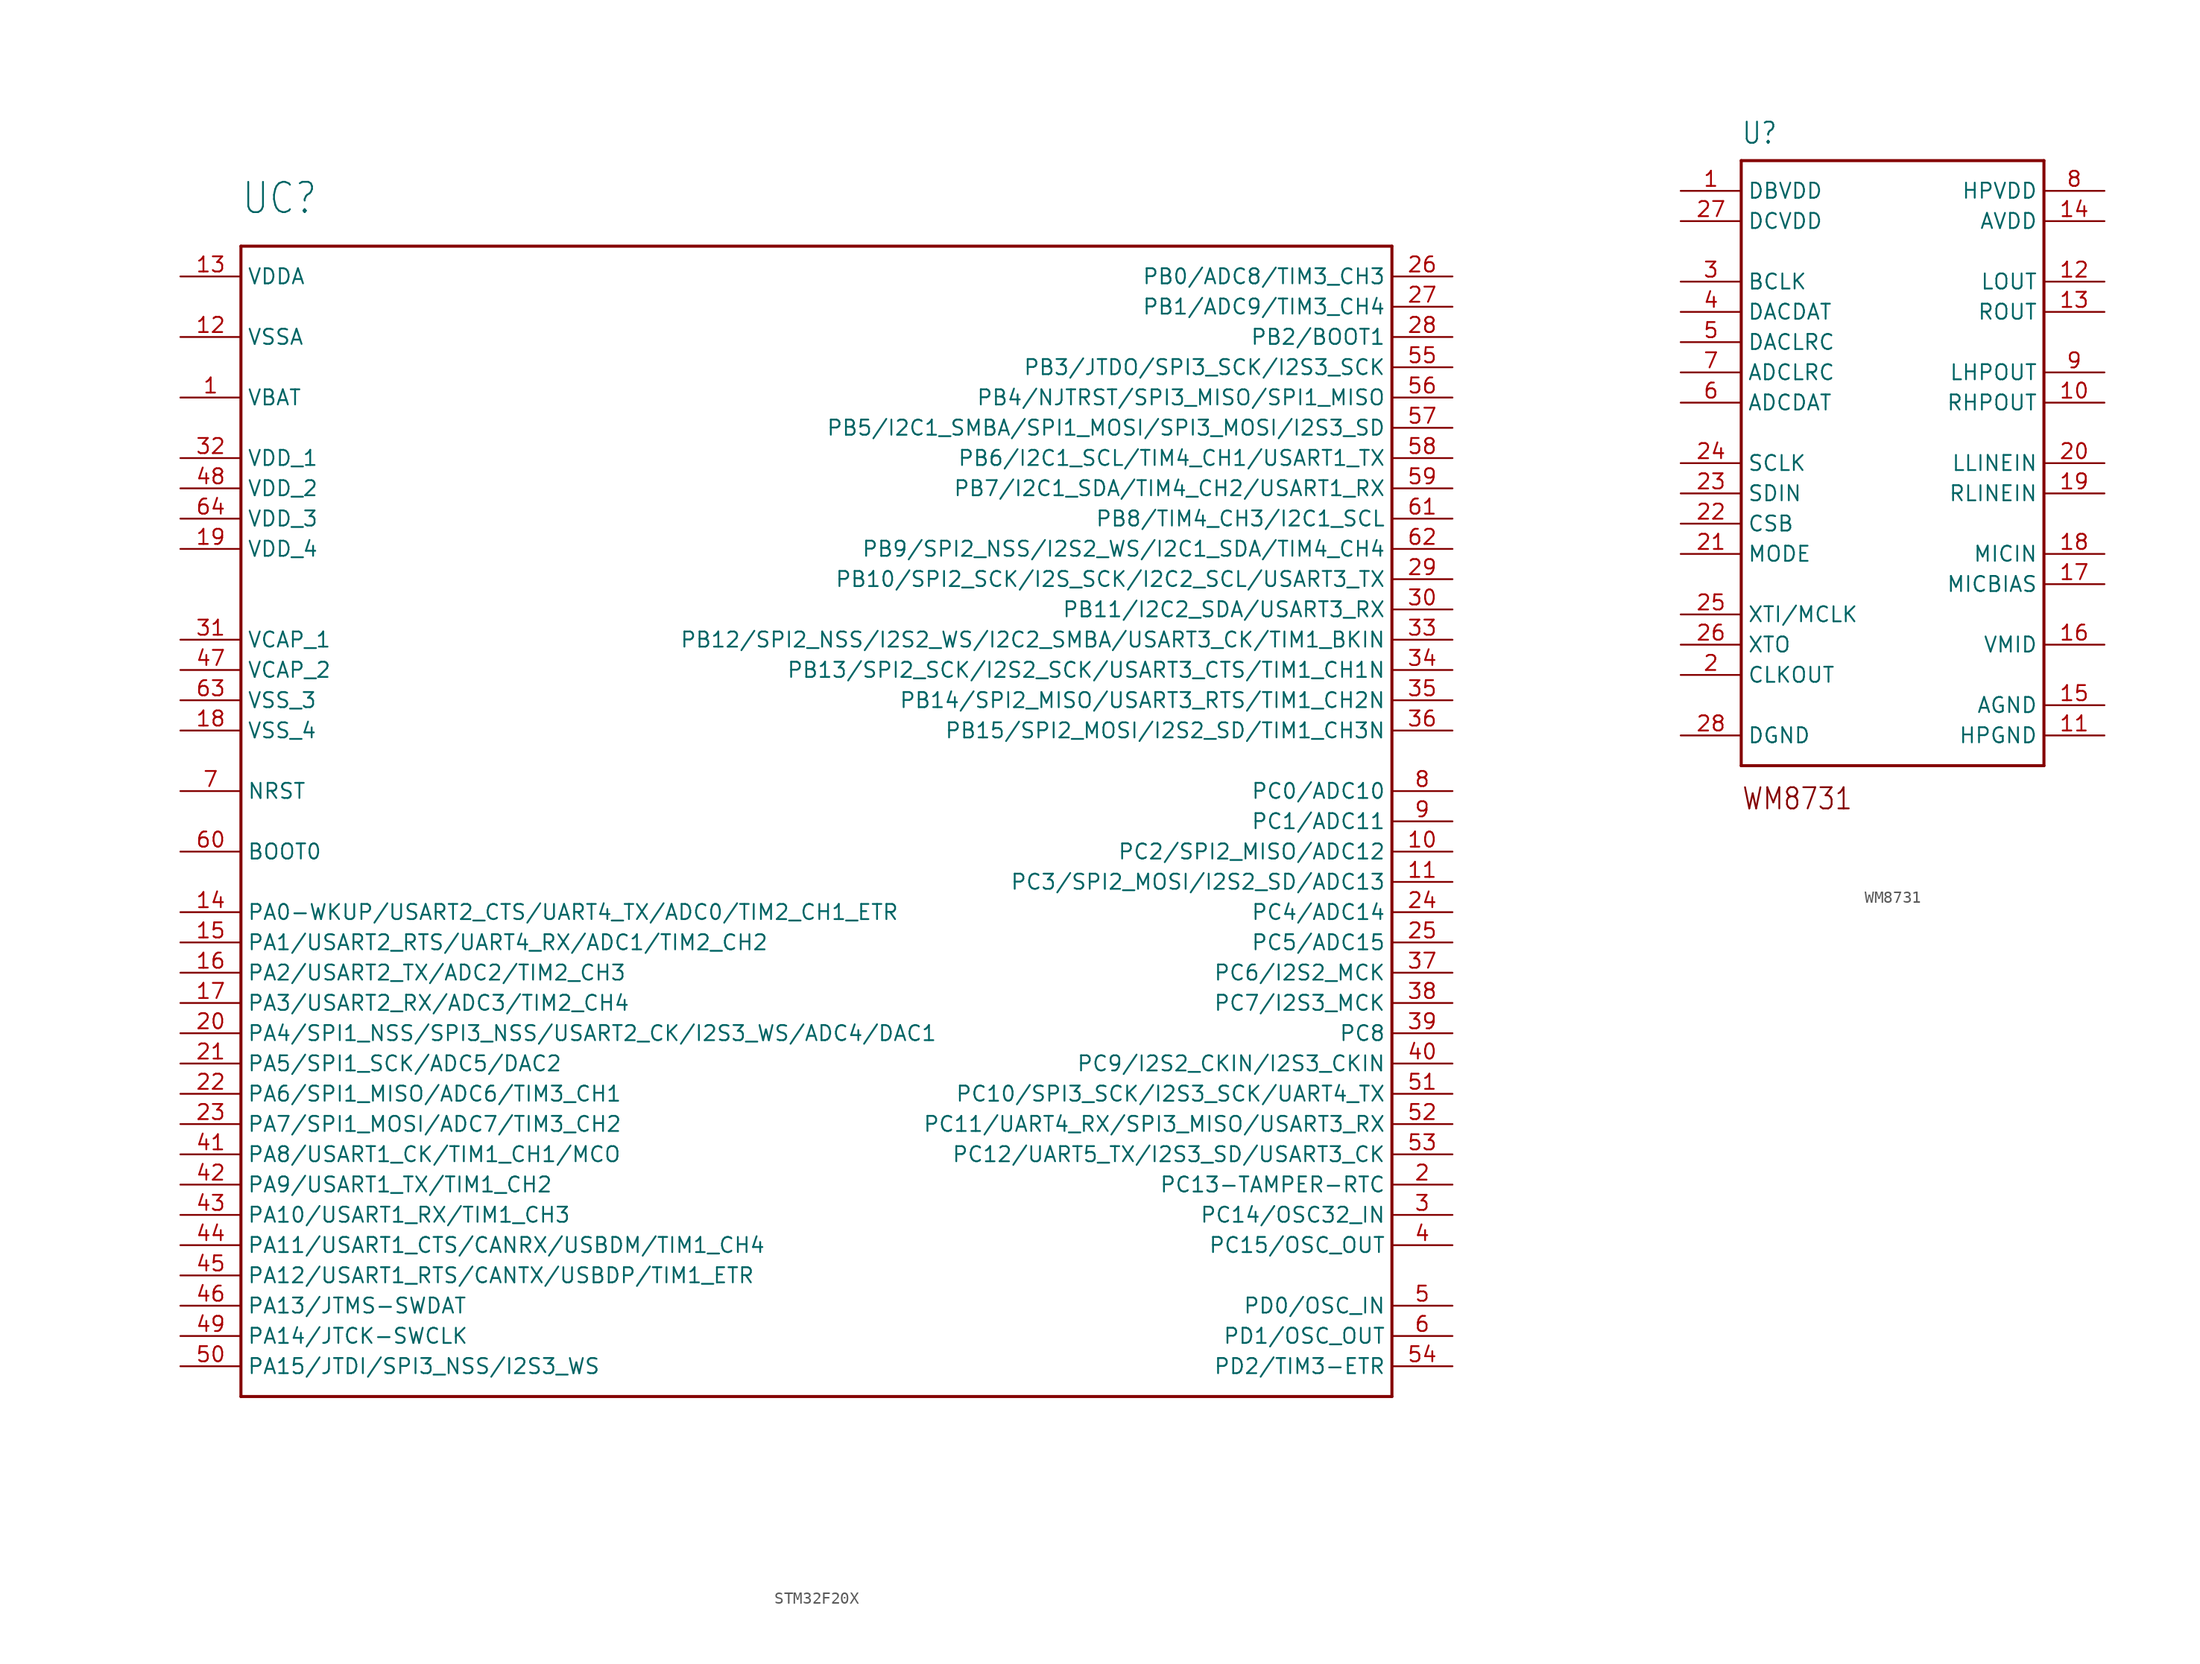
<source format=kicad_sym>
(kicad_symbol_lib
  (version 20231120)
  (generator "kicad_symbol_editor")
  (generator_version "8.0")
  (symbol "STM32F20X"
    (property "Reference" "UC"
      (at -48.26 50.8 0)
      (effects (font (size 2.54 2.159)) (justify left bottom)))
    (property "Value" ""
      (at -48.26 -53.34 0)
      (effects (font (size 2.54 2.159)) (justify left bottom)))
    (property "ki_locked" ""
      (at 0 0 0)
      (effects (font (size 1.27 1.27))))
    (symbol "STM32F20X_1_0"
      (polyline (pts (xy -48.26 -48.26) (xy -48.26 48.26)) (stroke (width 0.254) (type solid)) (fill (type none)))
      (polyline (pts (xy -48.26 48.26) (xy 48.26 48.26)) (stroke (width 0.254) (type solid)) (fill (type none)))
      (polyline (pts (xy 48.26 -48.26) (xy -48.26 -48.26)) (stroke (width 0.254) (type solid)) (fill (type none)))
      (polyline (pts (xy 48.26 48.26) (xy 48.26 -48.26)) (stroke (width 0.254) (type solid)) (fill (type none)))
      (pin power_in line (at -53.34 35.56 0) (length 5.08) (name "VBAT" (effects (font (size 1.27 1.27)))) (number "1" (effects (font (size 1.27 1.27)))))
      (pin bidirectional line (at 53.34 -2.54 180) (length 5.08) (name "PC2/SPI2_MISO/ADC12" (effects (font (size 1.27 1.27)))) (number "10" (effects (font (size 1.27 1.27)))))
      (pin bidirectional line (at 53.34 -5.08 180) (length 5.08) (name "PC3/SPI2_MOSI/I2S2_SD/ADC13" (effects (font (size 1.27 1.27)))) (number "11" (effects (font (size 1.27 1.27)))))
      (pin power_in line (at -53.34 40.64 0) (length 5.08) (name "VSSA" (effects (font (size 1.27 1.27)))) (number "12" (effects (font (size 1.27 1.27)))))
      (pin power_in line (at -53.34 45.72 0) (length 5.08) (name "VDDA" (effects (font (size 1.27 1.27)))) (number "13" (effects (font (size 1.27 1.27)))))
      (pin bidirectional line (at -53.34 -7.62 0) (length 5.08) (name "PA0-WKUP/USART2_CTS/UART4_TX/ADC0/TIM2_CH1_ETR" (effects (font (size 1.27 1.27)))) (number "14" (effects (font (size 1.27 1.27)))))
      (pin bidirectional line (at -53.34 -10.16 0) (length 5.08) (name "PA1/USART2_RTS/UART4_RX/ADC1/TIM2_CH2" (effects (font (size 1.27 1.27)))) (number "15" (effects (font (size 1.27 1.27)))))
      (pin bidirectional line (at -53.34 -12.7 0) (length 5.08) (name "PA2/USART2_TX/ADC2/TIM2_CH3" (effects (font (size 1.27 1.27)))) (number "16" (effects (font (size 1.27 1.27)))))
      (pin bidirectional line (at -53.34 -15.24 0) (length 5.08) (name "PA3/USART2_RX/ADC3/TIM2_CH4" (effects (font (size 1.27 1.27)))) (number "17" (effects (font (size 1.27 1.27)))))
      (pin power_in line (at -53.34 7.62 0) (length 5.08) (name "VSS_4" (effects (font (size 1.27 1.27)))) (number "18" (effects (font (size 1.27 1.27)))))
      (pin power_in line (at -53.34 22.86 0) (length 5.08) (name "VDD_4" (effects (font (size 1.27 1.27)))) (number "19" (effects (font (size 1.27 1.27)))))
      (pin bidirectional line (at 53.34 -30.48 180) (length 5.08) (name "PC13-TAMPER-RTC" (effects (font (size 1.27 1.27)))) (number "2" (effects (font (size 1.27 1.27)))))
      (pin bidirectional line (at -53.34 -17.78 0) (length 5.08) (name "PA4/SPI1_NSS/SPI3_NSS/USART2_CK/I2S3_WS/ADC4/DAC1" (effects (font (size 1.27 1.27)))) (number "20" (effects (font (size 1.27 1.27)))))
      (pin bidirectional line (at -53.34 -20.32 0) (length 5.08) (name "PA5/SPI1_SCK/ADC5/DAC2" (effects (font (size 1.27 1.27)))) (number "21" (effects (font (size 1.27 1.27)))))
      (pin bidirectional line (at -53.34 -22.86 0) (length 5.08) (name "PA6/SPI1_MISO/ADC6/TIM3_CH1" (effects (font (size 1.27 1.27)))) (number "22" (effects (font (size 1.27 1.27)))))
      (pin bidirectional line (at -53.34 -25.4 0) (length 5.08) (name "PA7/SPI1_MOSI/ADC7/TIM3_CH2" (effects (font (size 1.27 1.27)))) (number "23" (effects (font (size 1.27 1.27)))))
      (pin bidirectional line (at 53.34 -7.62 180) (length 5.08) (name "PC4/ADC14" (effects (font (size 1.27 1.27)))) (number "24" (effects (font (size 1.27 1.27)))))
      (pin bidirectional line (at 53.34 -10.16 180) (length 5.08) (name "PC5/ADC15" (effects (font (size 1.27 1.27)))) (number "25" (effects (font (size 1.27 1.27)))))
      (pin bidirectional line (at 53.34 45.72 180) (length 5.08) (name "PB0/ADC8/TIM3_CH3" (effects (font (size 1.27 1.27)))) (number "26" (effects (font (size 1.27 1.27)))))
      (pin bidirectional line (at 53.34 43.18 180) (length 5.08) (name "PB1/ADC9/TIM3_CH4" (effects (font (size 1.27 1.27)))) (number "27" (effects (font (size 1.27 1.27)))))
      (pin bidirectional line (at 53.34 40.64 180) (length 5.08) (name "PB2/BOOT1" (effects (font (size 1.27 1.27)))) (number "28" (effects (font (size 1.27 1.27)))))
      (pin bidirectional line (at 53.34 20.32 180) (length 5.08) (name "PB10/SPI2_SCK/I2S_SCK/I2C2_SCL/USART3_TX" (effects (font (size 1.27 1.27)))) (number "29" (effects (font (size 1.27 1.27)))))
      (pin bidirectional line (at 53.34 -33.02 180) (length 5.08) (name "PC14/OSC32_IN" (effects (font (size 1.27 1.27)))) (number "3" (effects (font (size 1.27 1.27)))))
      (pin bidirectional line (at 53.34 17.78 180) (length 5.08) (name "PB11/I2C2_SDA/USART3_RX" (effects (font (size 1.27 1.27)))) (number "30" (effects (font (size 1.27 1.27)))))
      (pin power_in line (at -53.34 15.24 0) (length 5.08) (name "VCAP_1" (effects (font (size 1.27 1.27)))) (number "31" (effects (font (size 1.27 1.27)))))
      (pin power_in line (at -53.34 30.48 0) (length 5.08) (name "VDD_1" (effects (font (size 1.27 1.27)))) (number "32" (effects (font (size 1.27 1.27)))))
      (pin bidirectional line (at 53.34 15.24 180) (length 5.08) (name "PB12/SPI2_NSS/I2S2_WS/I2C2_SMBA/USART3_CK/TIM1_BKIN" (effects (font (size 1.27 1.27)))) (number "33" (effects (font (size 1.27 1.27)))))
      (pin bidirectional line (at 53.34 12.7 180) (length 5.08) (name "PB13/SPI2_SCK/I2S2_SCK/USART3_CTS/TIM1_CH1N" (effects (font (size 1.27 1.27)))) (number "34" (effects (font (size 1.27 1.27)))))
      (pin bidirectional line (at 53.34 10.16 180) (length 5.08) (name "PB14/SPI2_MISO/USART3_RTS/TIM1_CH2N" (effects (font (size 1.27 1.27)))) (number "35" (effects (font (size 1.27 1.27)))))
      (pin bidirectional line (at 53.34 7.62 180) (length 5.08) (name "PB15/SPI2_MOSI/I2S2_SD/TIM1_CH3N" (effects (font (size 1.27 1.27)))) (number "36" (effects (font (size 1.27 1.27)))))
      (pin bidirectional line (at 53.34 -12.7 180) (length 5.08) (name "PC6/I2S2_MCK" (effects (font (size 1.27 1.27)))) (number "37" (effects (font (size 1.27 1.27)))))
      (pin bidirectional line (at 53.34 -15.24 180) (length 5.08) (name "PC7/I2S3_MCK" (effects (font (size 1.27 1.27)))) (number "38" (effects (font (size 1.27 1.27)))))
      (pin bidirectional line (at 53.34 -17.78 180) (length 5.08) (name "PC8" (effects (font (size 1.27 1.27)))) (number "39" (effects (font (size 1.27 1.27)))))
      (pin bidirectional line (at 53.34 -35.56 180) (length 5.08) (name "PC15/OSC_OUT" (effects (font (size 1.27 1.27)))) (number "4" (effects (font (size 1.27 1.27)))))
      (pin bidirectional line (at 53.34 -20.32 180) (length 5.08) (name "PC9/I2S2_CKIN/I2S3_CKIN" (effects (font (size 1.27 1.27)))) (number "40" (effects (font (size 1.27 1.27)))))
      (pin bidirectional line (at -53.34 -27.94 0) (length 5.08) (name "PA8/USART1_CK/TIM1_CH1/MCO" (effects (font (size 1.27 1.27)))) (number "41" (effects (font (size 1.27 1.27)))))
      (pin bidirectional line (at -53.34 -30.48 0) (length 5.08) (name "PA9/USART1_TX/TIM1_CH2" (effects (font (size 1.27 1.27)))) (number "42" (effects (font (size 1.27 1.27)))))
      (pin bidirectional line (at -53.34 -33.02 0) (length 5.08) (name "PA10/USART1_RX/TIM1_CH3" (effects (font (size 1.27 1.27)))) (number "43" (effects (font (size 1.27 1.27)))))
      (pin bidirectional line (at -53.34 -35.56 0) (length 5.08) (name "PA11/USART1_CTS/CANRX/USBDM/TIM1_CH4" (effects (font (size 1.27 1.27)))) (number "44" (effects (font (size 1.27 1.27)))))
      (pin bidirectional line (at -53.34 -38.1 0) (length 5.08) (name "PA12/USART1_RTS/CANTX/USBDP/TIM1_ETR" (effects (font (size 1.27 1.27)))) (number "45" (effects (font (size 1.27 1.27)))))
      (pin bidirectional line (at -53.34 -40.64 0) (length 5.08) (name "PA13/JTMS-SWDAT" (effects (font (size 1.27 1.27)))) (number "46" (effects (font (size 1.27 1.27)))))
      (pin power_in line (at -53.34 12.7 0) (length 5.08) (name "VCAP_2" (effects (font (size 1.27 1.27)))) (number "47" (effects (font (size 1.27 1.27)))))
      (pin power_in line (at -53.34 27.94 0) (length 5.08) (name "VDD_2" (effects (font (size 1.27 1.27)))) (number "48" (effects (font (size 1.27 1.27)))))
      (pin bidirectional line (at -53.34 -43.18 0) (length 5.08) (name "PA14/JTCK-SWCLK" (effects (font (size 1.27 1.27)))) (number "49" (effects (font (size 1.27 1.27)))))
      (pin bidirectional line (at 53.34 -40.64 180) (length 5.08) (name "PD0/OSC_IN" (effects (font (size 1.27 1.27)))) (number "5" (effects (font (size 1.27 1.27)))))
      (pin bidirectional line (at -53.34 -45.72 0) (length 5.08) (name "PA15/JTDI/SPI3_NSS/I2S3_WS" (effects (font (size 1.27 1.27)))) (number "50" (effects (font (size 1.27 1.27)))))
      (pin bidirectional line (at 53.34 -22.86 180) (length 5.08) (name "PC10/SPI3_SCK/I2S3_SCK/UART4_TX" (effects (font (size 1.27 1.27)))) (number "51" (effects (font (size 1.27 1.27)))))
      (pin bidirectional line (at 53.34 -25.4 180) (length 5.08) (name "PC11/UART4_RX/SPI3_MISO/USART3_RX" (effects (font (size 1.27 1.27)))) (number "52" (effects (font (size 1.27 1.27)))))
      (pin bidirectional line (at 53.34 -27.94 180) (length 5.08) (name "PC12/UART5_TX/I2S3_SD/USART3_CK" (effects (font (size 1.27 1.27)))) (number "53" (effects (font (size 1.27 1.27)))))
      (pin bidirectional line (at 53.34 -45.72 180) (length 5.08) (name "PD2/TIM3-ETR" (effects (font (size 1.27 1.27)))) (number "54" (effects (font (size 1.27 1.27)))))
      (pin bidirectional line (at 53.34 38.1 180) (length 5.08) (name "PB3/JTDO/SPI3_SCK/I2S3_SCK" (effects (font (size 1.27 1.27)))) (number "55" (effects (font (size 1.27 1.27)))))
      (pin bidirectional line (at 53.34 35.56 180) (length 5.08) (name "PB4/NJTRST/SPI3_MISO/SPI1_MISO" (effects (font (size 1.27 1.27)))) (number "56" (effects (font (size 1.27 1.27)))))
      (pin bidirectional line (at 53.34 33.02 180) (length 5.08) (name "PB5/I2C1_SMBA/SPI1_MOSI/SPI3_MOSI/I2S3_SD" (effects (font (size 1.27 1.27)))) (number "57" (effects (font (size 1.27 1.27)))))
      (pin bidirectional line (at 53.34 30.48 180) (length 5.08) (name "PB6/I2C1_SCL/TIM4_CH1/USART1_TX" (effects (font (size 1.27 1.27)))) (number "58" (effects (font (size 1.27 1.27)))))
      (pin bidirectional line (at 53.34 27.94 180) (length 5.08) (name "PB7/I2C1_SDA/TIM4_CH2/USART1_RX" (effects (font (size 1.27 1.27)))) (number "59" (effects (font (size 1.27 1.27)))))
      (pin bidirectional line (at 53.34 -43.18 180) (length 5.08) (name "PD1/OSC_OUT" (effects (font (size 1.27 1.27)))) (number "6" (effects (font (size 1.27 1.27)))))
      (pin bidirectional line (at -53.34 -2.54 0) (length 5.08) (name "BOOT0" (effects (font (size 1.27 1.27)))) (number "60" (effects (font (size 1.27 1.27)))))
      (pin bidirectional line (at 53.34 25.4 180) (length 5.08) (name "PB8/TIM4_CH3/I2C1_SCL" (effects (font (size 1.27 1.27)))) (number "61" (effects (font (size 1.27 1.27)))))
      (pin bidirectional line (at 53.34 22.86 180) (length 5.08) (name "PB9/SPI2_NSS/I2S2_WS/I2C1_SDA/TIM4_CH4" (effects (font (size 1.27 1.27)))) (number "62" (effects (font (size 1.27 1.27)))))
      (pin power_in line (at -53.34 10.16 0) (length 5.08) (name "VSS_3" (effects (font (size 1.27 1.27)))) (number "63" (effects (font (size 1.27 1.27)))))
      (pin power_in line (at -53.34 25.4 0) (length 5.08) (name "VDD_3" (effects (font (size 1.27 1.27)))) (number "64" (effects (font (size 1.27 1.27)))))
      (pin bidirectional line (at -53.34 2.54 0) (length 5.08) (name "NRST" (effects (font (size 1.27 1.27)))) (number "7" (effects (font (size 1.27 1.27)))))
      (pin bidirectional line (at 53.34 2.54 180) (length 5.08) (name "PC0/ADC10" (effects (font (size 1.27 1.27)))) (number "8" (effects (font (size 1.27 1.27)))))
      (pin bidirectional line (at 53.34 0 180) (length 5.08) (name "PC1/ADC11" (effects (font (size 1.27 1.27)))) (number "9" (effects (font (size 1.27 1.27)))))))
  (symbol "WM8731"
    (property "Reference" "U"
      (at -12.7 26.67 0)
      (effects (font (size 1.778 1.511)) (justify left bottom)))
    (property "ki_locked" ""
      (at 0 0 0)
      (effects (font (size 1.27 1.27))))
    (symbol "WM8731_1_0"
      (polyline (pts (xy -12.7 -25.4) (xy 12.7 -25.4)) (stroke (width 0.254) (type solid)) (fill (type none)))
      (polyline (pts (xy -12.7 25.4) (xy -12.7 -25.4)) (stroke (width 0.254) (type solid)) (fill (type none)))
      (polyline (pts (xy 12.7 -25.4) (xy 12.7 25.4)) (stroke (width 0.254) (type solid)) (fill (type none)))
      (polyline (pts (xy 12.7 25.4) (xy -12.7 25.4)) (stroke (width 0.254) (type solid)) (fill (type none)))
      (text "WM8731" (at -12.7 -29.21 0) (effects (font (size 1.778 1.511)) (justify left bottom)))
      (pin bidirectional line (at -17.78 22.86 0) (length 5.08) (name "DBVDD" (effects (font (size 1.27 1.27)))) (number "1" (effects (font (size 1.27 1.27)))))
      (pin bidirectional line (at 17.78 5.08 180) (length 5.08) (name "RHPOUT" (effects (font (size 1.27 1.27)))) (number "10" (effects (font (size 1.27 1.27)))))
      (pin bidirectional line (at 17.78 -22.86 180) (length 5.08) (name "HPGND" (effects (font (size 1.27 1.27)))) (number "11" (effects (font (size 1.27 1.27)))))
      (pin bidirectional line (at 17.78 15.24 180) (length 5.08) (name "LOUT" (effects (font (size 1.27 1.27)))) (number "12" (effects (font (size 1.27 1.27)))))
      (pin bidirectional line (at 17.78 12.7 180) (length 5.08) (name "ROUT" (effects (font (size 1.27 1.27)))) (number "13" (effects (font (size 1.27 1.27)))))
      (pin bidirectional line (at 17.78 20.32 180) (length 5.08) (name "AVDD" (effects (font (size 1.27 1.27)))) (number "14" (effects (font (size 1.27 1.27)))))
      (pin bidirectional line (at 17.78 -20.32 180) (length 5.08) (name "AGND" (effects (font (size 1.27 1.27)))) (number "15" (effects (font (size 1.27 1.27)))))
      (pin bidirectional line (at 17.78 -15.24 180) (length 5.08) (name "VMID" (effects (font (size 1.27 1.27)))) (number "16" (effects (font (size 1.27 1.27)))))
      (pin bidirectional line (at 17.78 -10.16 180) (length 5.08) (name "MICBIAS" (effects (font (size 1.27 1.27)))) (number "17" (effects (font (size 1.27 1.27)))))
      (pin bidirectional line (at 17.78 -7.62 180) (length 5.08) (name "MICIN" (effects (font (size 1.27 1.27)))) (number "18" (effects (font (size 1.27 1.27)))))
      (pin bidirectional line (at 17.78 -2.54 180) (length 5.08) (name "RLINEIN" (effects (font (size 1.27 1.27)))) (number "19" (effects (font (size 1.27 1.27)))))
      (pin bidirectional line (at -17.78 -17.78 0) (length 5.08) (name "CLKOUT" (effects (font (size 1.27 1.27)))) (number "2" (effects (font (size 1.27 1.27)))))
      (pin bidirectional line (at 17.78 0 180) (length 5.08) (name "LLINEIN" (effects (font (size 1.27 1.27)))) (number "20" (effects (font (size 1.27 1.27)))))
      (pin bidirectional line (at -17.78 -7.62 0) (length 5.08) (name "MODE" (effects (font (size 1.27 1.27)))) (number "21" (effects (font (size 1.27 1.27)))))
      (pin bidirectional line (at -17.78 -5.08 0) (length 5.08) (name "CSB" (effects (font (size 1.27 1.27)))) (number "22" (effects (font (size 1.27 1.27)))))
      (pin bidirectional line (at -17.78 -2.54 0) (length 5.08) (name "SDIN" (effects (font (size 1.27 1.27)))) (number "23" (effects (font (size 1.27 1.27)))))
      (pin bidirectional line (at -17.78 0 0) (length 5.08) (name "SCLK" (effects (font (size 1.27 1.27)))) (number "24" (effects (font (size 1.27 1.27)))))
      (pin bidirectional line (at -17.78 -12.7 0) (length 5.08) (name "XTI/MCLK" (effects (font (size 1.27 1.27)))) (number "25" (effects (font (size 1.27 1.27)))))
      (pin bidirectional line (at -17.78 -15.24 0) (length 5.08) (name "XTO" (effects (font (size 1.27 1.27)))) (number "26" (effects (font (size 1.27 1.27)))))
      (pin bidirectional line (at -17.78 20.32 0) (length 5.08) (name "DCVDD" (effects (font (size 1.27 1.27)))) (number "27" (effects (font (size 1.27 1.27)))))
      (pin bidirectional line (at -17.78 -22.86 0) (length 5.08) (name "DGND" (effects (font (size 1.27 1.27)))) (number "28" (effects (font (size 1.27 1.27)))))
      (pin bidirectional line (at -17.78 15.24 0) (length 5.08) (name "BCLK" (effects (font (size 1.27 1.27)))) (number "3" (effects (font (size 1.27 1.27)))))
      (pin bidirectional line (at -17.78 12.7 0) (length 5.08) (name "DACDAT" (effects (font (size 1.27 1.27)))) (number "4" (effects (font (size 1.27 1.27)))))
      (pin bidirectional line (at -17.78 10.16 0) (length 5.08) (name "DACLRC" (effects (font (size 1.27 1.27)))) (number "5" (effects (font (size 1.27 1.27)))))
      (pin bidirectional line (at -17.78 5.08 0) (length 5.08) (name "ADCDAT" (effects (font (size 1.27 1.27)))) (number "6" (effects (font (size 1.27 1.27)))))
      (pin bidirectional line (at -17.78 7.62 0) (length 5.08) (name "ADCLRC" (effects (font (size 1.27 1.27)))) (number "7" (effects (font (size 1.27 1.27)))))
      (pin bidirectional line (at 17.78 22.86 180) (length 5.08) (name "HPVDD" (effects (font (size 1.27 1.27)))) (number "8" (effects (font (size 1.27 1.27)))))
      (pin bidirectional line (at 17.78 7.62 180) (length 5.08) (name "LHPOUT" (effects (font (size 1.27 1.27)))) (number "9" (effects (font (size 1.27 1.27))))))))
</source>
